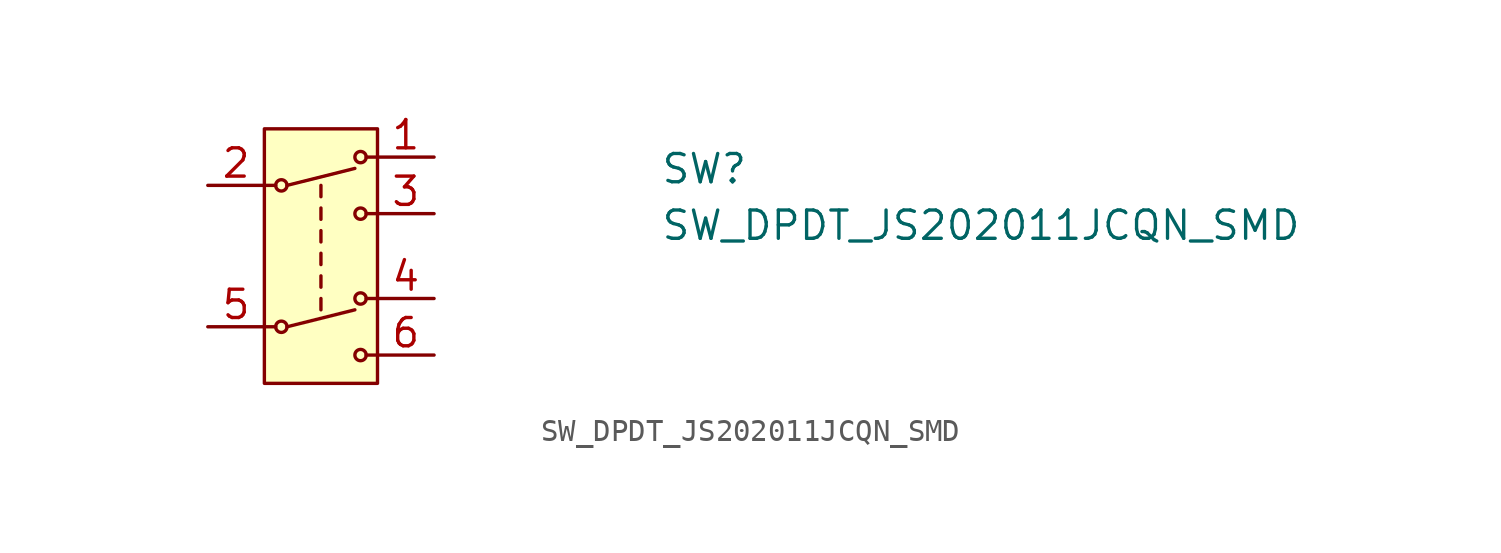
<source format=kicad_sym>
(kicad_symbol_lib
  (version 20211014)
  (generator kicad_symbol_editor)
  (symbol "SW_DPDT_JS202011JCQN_SMD"
    (pin_names hide)
    (property "Reference" "SW"
      (at 20.32 0 0)
      (effects (font (size 1.27 1.27) (thickness 0.15)) (justify left bottom)))
    (property "Value" "SW_DPDT_JS202011JCQN_SMD"
      (at 20.32 -2.54 0)
      (effects (font (size 1.27 1.27) (thickness 0.15)) (justify left bottom)))
    (symbol "SW_DPDT_JS202011JCQN_SMD_0_1"
      (polyline (pts (xy 5.08 -5.08) (xy 5.08 -5.588)) (stroke (width 0.152) (type default) (color 0 0 0 0)) (fill (type none)))
      (polyline (pts (xy 5.08 -4.064) (xy 5.08 -4.572)) (stroke (width 0.152) (type default) (color 0 0 0 0)) (fill (type none)))
      (polyline (pts (xy 5.08 -3.048) (xy 5.08 -3.556)) (stroke (width 0.152) (type default) (color 0 0 0 0)) (fill (type none)))
      (polyline (pts (xy 5.08 -2.032) (xy 5.08 -2.54)) (stroke (width 0.152) (type default) (color 0 0 0 0)) (fill (type none)))
      (polyline (pts (xy 5.08 -1.016) (xy 5.08 -1.524)) (stroke (width 0.152) (type default) (color 0 0 0 0)) (fill (type none)))
      (polyline (pts (xy 5.08 0) (xy 5.08 -0.508)) (stroke (width 0.152) (type default) (color 0 0 0 0)) (fill (type none))))
    (symbol "SW_DPDT_JS202011JCQN_SMD_1_1"
      (polyline (pts (xy 2.54 -6.35) (xy 3.048 -6.35)) (stroke (width 0.152) (type default) (color 0 0 0 0)) (fill (type none)))
      (polyline (pts (xy 2.54 0) (xy 3.048 0)) (stroke (width 0.152) (type default) (color 0 0 0 0)) (fill (type none)))
      (polyline (pts (xy 3.556 -6.35) (xy 6.604 -5.588)) (stroke (width 0.152) (type default) (color 0 0 0 0)) (fill (type none)))
      (polyline (pts (xy 3.556 0) (xy 6.604 0.762)) (stroke (width 0.152) (type default) (color 0 0 0 0)) (fill (type none)))
      (polyline (pts (xy 7.62 -7.62) (xy 7.112 -7.62)) (stroke (width 0.152) (type default) (color 0 0 0 0)) (fill (type none)))
      (polyline (pts (xy 7.62 -5.08) (xy 7.112 -5.08)) (stroke (width 0.152) (type default) (color 0 0 0 0)) (fill (type none)))
      (polyline (pts (xy 7.62 -1.27) (xy 7.112 -1.27)) (stroke (width 0.152) (type default) (color 0 0 0 0)) (fill (type none)))
      (polyline (pts (xy 7.62 1.27) (xy 7.112 1.27)) (stroke (width 0.152) (type default) (color 0 0 0 0)) (fill (type none)))
      (rectangle (start 2.54 2.54) (end 7.62 -8.89) (stroke (width 0.152) (type default) (color 0 0 0 0)) (fill (type background)))
      (circle (center 3.302 -6.35) (radius 0.254) (stroke (width 0.152) (type default) (color 0 0 0 0)) (fill (type none)))
      (circle (center 3.302 0) (radius 0.254) (stroke (width 0.152) (type default) (color 0 0 0 0)) (fill (type none)))
      (circle (center 6.858 -7.62) (radius 0.254) (stroke (width 0.152) (type default) (color 0 0 0 0)) (fill (type none)))
      (circle (center 6.858 -5.08) (radius 0.254) (stroke (width 0.152) (type default) (color 0 0 0 0)) (fill (type none)))
      (circle (center 6.858 -1.27) (radius 0.254) (stroke (width 0.152) (type default) (color 0 0 0 0)) (fill (type none)))
      (circle (center 6.858 1.27) (radius 0.254) (stroke (width 0.152) (type default) (color 0 0 0 0)) (fill (type none)))
      (pin passive line (at 10.16 1.27 180) (length 2.54) (name "1" (effects (font (size 1.27 1.27)))) (number "1" (effects (font (size 1.27 1.27)))))
      (pin passive line (at 0 0 0) (length 2.54) (name "2" (effects (font (size 1.27 1.27)))) (number "2" (effects (font (size 1.27 1.27)))))
      (pin passive line (at 10.16 -1.27 180) (length 2.54) (name "3" (effects (font (size 1.27 1.27)))) (number "3" (effects (font (size 1.27 1.27)))))
      (pin passive line (at 10.16 -5.08 180) (length 2.54) (name "4" (effects (font (size 1.27 1.27)))) (number "4" (effects (font (size 1.27 1.27)))))
      (pin passive line (at 0 -6.35 0) (length 2.54) (name "5" (effects (font (size 1.27 1.27)))) (number "5" (effects (font (size 1.27 1.27)))))
      (pin passive line (at 10.16 -7.62 180) (length 2.54) (name "6" (effects (font (size 1.27 1.27)))) (number "6" (effects (font (size 1.27 1.27))))))))
</source>
